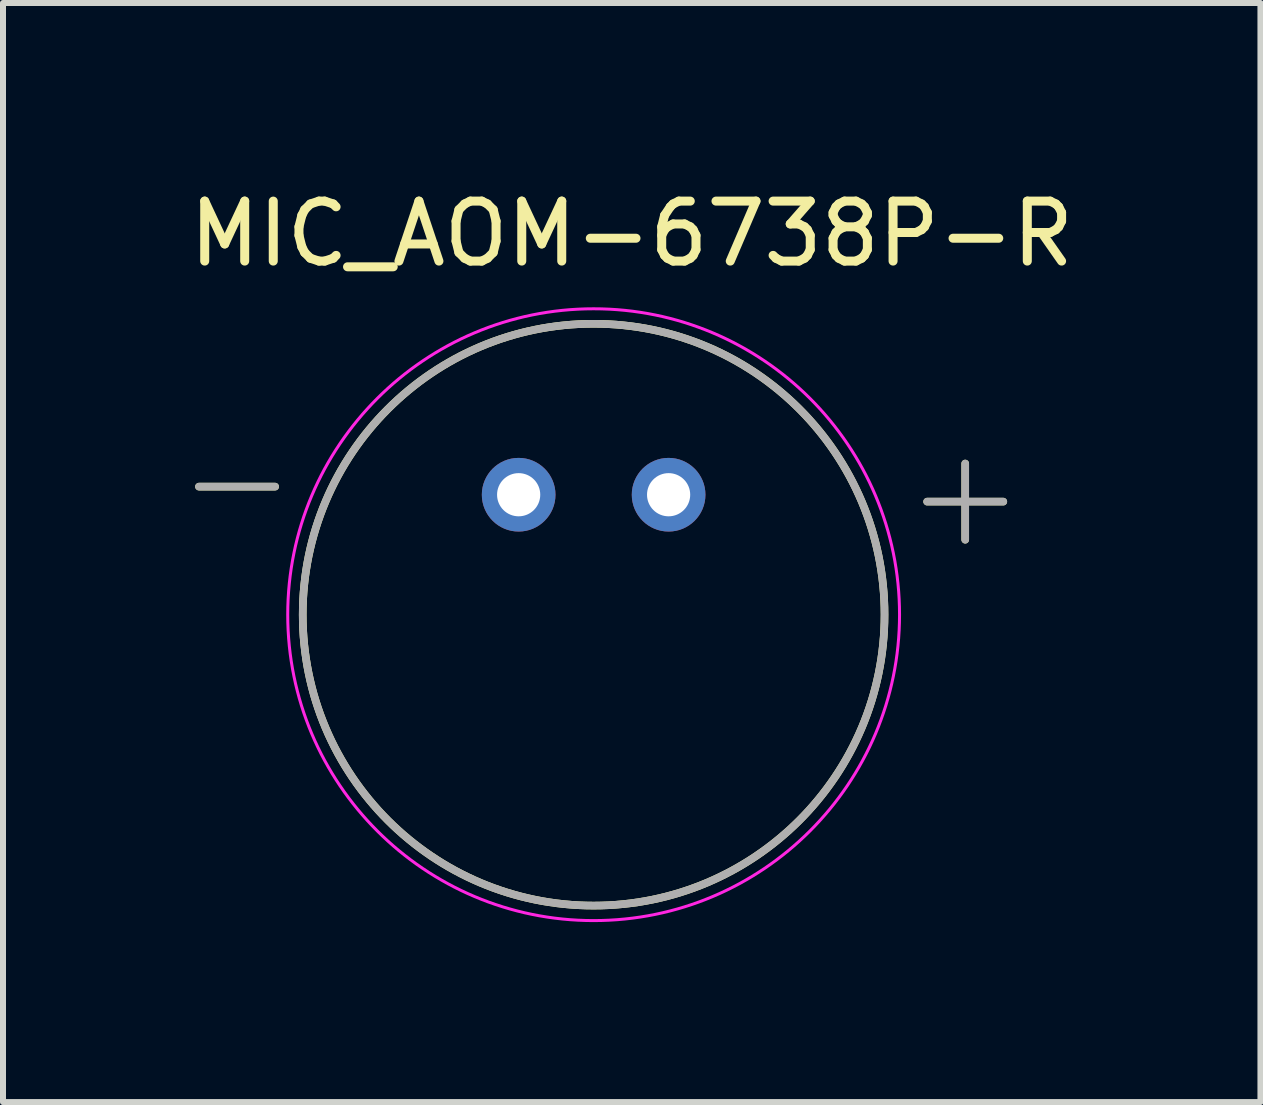
<source format=kicad_pcb>
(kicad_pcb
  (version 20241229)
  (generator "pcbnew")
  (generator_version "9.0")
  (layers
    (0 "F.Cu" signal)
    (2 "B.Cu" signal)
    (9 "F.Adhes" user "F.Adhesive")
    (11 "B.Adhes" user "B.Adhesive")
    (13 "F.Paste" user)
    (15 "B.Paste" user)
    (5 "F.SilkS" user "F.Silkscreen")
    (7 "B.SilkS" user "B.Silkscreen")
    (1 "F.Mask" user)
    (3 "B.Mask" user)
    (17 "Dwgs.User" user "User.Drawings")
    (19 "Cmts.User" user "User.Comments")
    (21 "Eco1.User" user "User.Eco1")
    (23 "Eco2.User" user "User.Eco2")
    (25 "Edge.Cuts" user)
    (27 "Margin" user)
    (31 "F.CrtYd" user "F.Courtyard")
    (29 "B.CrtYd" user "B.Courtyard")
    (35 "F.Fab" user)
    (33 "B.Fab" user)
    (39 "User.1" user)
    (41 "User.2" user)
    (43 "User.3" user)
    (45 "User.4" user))
  (footprint "MIC_AOM-6738P-R"
    (layer "F.Cu")
    (at 6.847 7.198)
    (property "Reference" "MIC_AOM-6738P-R" (at 0.635 -6.35 0) (layer "F.SilkS") (effects (font (size 1 1) (thickness 0.15))))
    (attr through_hole)
    (fp_line (start -6.58 -2.135) (end -5.31 -2.135) (stroke (width 0.127) (type solid)) (layer "F.SilkS"))
    (fp_line (start 5.56 -1.885) (end 6.83 -1.885) (stroke (width 0.127) (type solid)) (layer "F.SilkS"))
    (fp_line (start 6.195 -2.52) (end 6.195 -1.25) (stroke (width 0.127) (type solid)) (layer "F.SilkS"))
    (fp_circle (center 0 0) (end 4.85 0) (stroke (width 0.127) (type solid)) (fill no) (layer "F.SilkS"))
    (fp_circle (center 0 0) (end 5.1 0) (stroke (width 0.05) (type solid)) (fill no) (layer "F.CrtYd"))
    (fp_line (start -6.58 -2.135) (end -5.31 -2.135) (stroke (width 0.127) (type solid)) (layer "F.Fab"))
    (fp_line (start 5.56 -1.885) (end 6.83 -1.885) (stroke (width 0.127) (type solid)) (layer "F.Fab"))
    (fp_line (start 6.195 -2.52) (end 6.195 -1.25) (stroke (width 0.127) (type solid)) (layer "F.Fab"))
    (fp_circle (center 0 0) (end 4.85 0) (stroke (width 0.127) (type solid)) (fill no) (layer "F.Fab"))
    (pad "N" thru_hole circle (at -1.25 -2) (size 1.228 1.228) (drill 0.72) (layers "*.Cu" "*.Mask"))
    (pad "P" thru_hole circle (at 1.25 -2) (size 1.228 1.228) (drill 0.72) (layers "*.Cu" "*.Mask")))
  (gr_rect
    (start -3 -3)
    (end 17.964 15.323)
    (stroke (width 0.1) (type default))
    (fill no)
    (layer "Edge.Cuts")))
</source>
